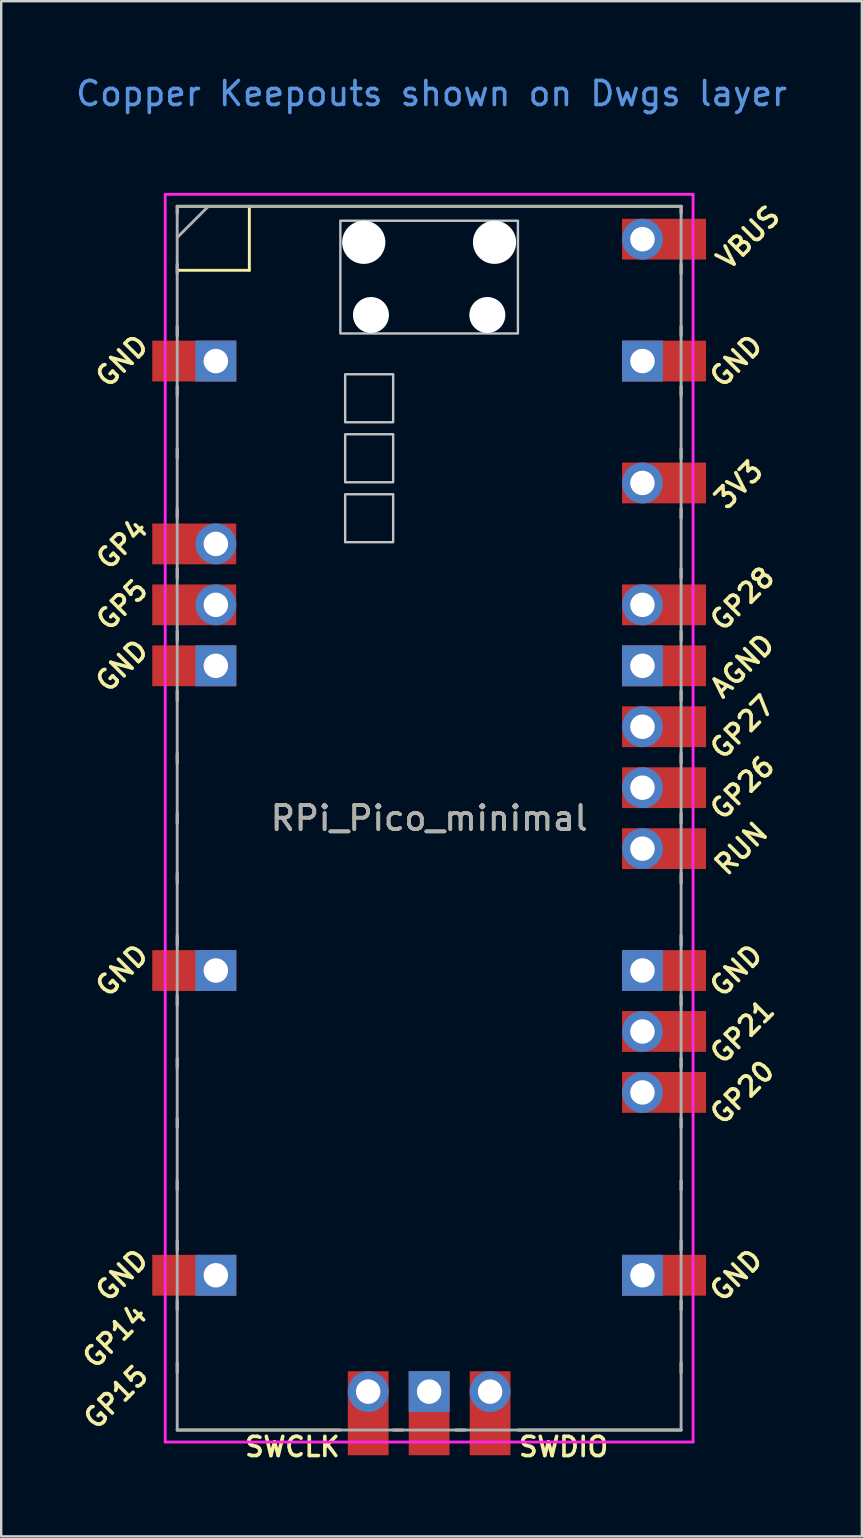
<source format=kicad_pcb>
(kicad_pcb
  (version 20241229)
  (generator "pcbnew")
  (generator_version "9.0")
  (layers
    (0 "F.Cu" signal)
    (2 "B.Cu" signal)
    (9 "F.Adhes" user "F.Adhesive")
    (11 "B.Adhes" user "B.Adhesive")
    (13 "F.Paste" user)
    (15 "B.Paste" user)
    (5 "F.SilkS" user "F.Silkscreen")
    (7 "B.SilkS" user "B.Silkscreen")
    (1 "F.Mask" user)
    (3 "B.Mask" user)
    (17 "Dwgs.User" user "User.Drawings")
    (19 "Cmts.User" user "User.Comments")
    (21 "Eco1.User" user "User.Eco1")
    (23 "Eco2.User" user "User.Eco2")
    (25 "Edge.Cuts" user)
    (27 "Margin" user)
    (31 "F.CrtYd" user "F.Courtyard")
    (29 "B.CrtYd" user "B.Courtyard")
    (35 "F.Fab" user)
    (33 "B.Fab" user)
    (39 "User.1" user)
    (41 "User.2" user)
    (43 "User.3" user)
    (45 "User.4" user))
  (footprint "RPi_Pico_minimal"
    (layer "F.Cu")
    (at 14.835 31.048)
    (property "Reference" "RPi_Pico_minimal" (at 0 0 0) (layer "F.SilkS") (effects (font (size 1 1) (thickness 0.15))))
    (attr through_hole)
    (fp_line (start -10.5 -25.5) (end -10.5 -25.2) (stroke (width 0.12) (type solid)) (layer "F.SilkS"))
    (fp_line (start -10.5 -25.5) (end 10.5 -25.5) (stroke (width 0.12) (type solid)) (layer "F.SilkS"))
    (fp_line (start -10.5 -23.1) (end -10.5 -22.7) (stroke (width 0.12) (type solid)) (layer "F.SilkS"))
    (fp_line (start -10.5 -22.833) (end -7.493 -22.833) (stroke (width 0.12) (type solid)) (layer "F.SilkS"))
    (fp_line (start -10.5 -20.5) (end -10.5 -20.1) (stroke (width 0.12) (type solid)) (layer "F.SilkS"))
    (fp_line (start -10.5 -18) (end -10.5 -17.6) (stroke (width 0.12) (type solid)) (layer "F.SilkS"))
    (fp_line (start -10.5 -15.4) (end -10.5 -15) (stroke (width 0.12) (type solid)) (layer "F.SilkS"))
    (fp_line (start -10.5 -12.9) (end -10.5 -12.5) (stroke (width 0.12) (type solid)) (layer "F.SilkS"))
    (fp_line (start -10.5 -10.4) (end -10.5 -10) (stroke (width 0.12) (type solid)) (layer "F.SilkS"))
    (fp_line (start -10.5 -7.8) (end -10.5 -7.4) (stroke (width 0.12) (type solid)) (layer "F.SilkS"))
    (fp_line (start -10.5 -5.3) (end -10.5 -4.9) (stroke (width 0.12) (type solid)) (layer "F.SilkS"))
    (fp_line (start -10.5 -2.7) (end -10.5 -2.3) (stroke (width 0.12) (type solid)) (layer "F.SilkS"))
    (fp_line (start -10.5 -0.2) (end -10.5 0.2) (stroke (width 0.12) (type solid)) (layer "F.SilkS"))
    (fp_line (start -10.5 2.3) (end -10.5 2.7) (stroke (width 0.12) (type solid)) (layer "F.SilkS"))
    (fp_line (start -10.5 4.9) (end -10.5 5.3) (stroke (width 0.12) (type solid)) (layer "F.SilkS"))
    (fp_line (start -10.5 7.4) (end -10.5 7.8) (stroke (width 0.12) (type solid)) (layer "F.SilkS"))
    (fp_line (start -10.5 10) (end -10.5 10.4) (stroke (width 0.12) (type solid)) (layer "F.SilkS"))
    (fp_line (start -10.5 12.5) (end -10.5 12.9) (stroke (width 0.12) (type solid)) (layer "F.SilkS"))
    (fp_line (start -10.5 15.1) (end -10.5 15.5) (stroke (width 0.12) (type solid)) (layer "F.SilkS"))
    (fp_line (start -10.5 17.6) (end -10.5 18) (stroke (width 0.12) (type solid)) (layer "F.SilkS"))
    (fp_line (start -10.5 20.1) (end -10.5 20.5) (stroke (width 0.12) (type solid)) (layer "F.SilkS"))
    (fp_line (start -10.5 22.7) (end -10.5 23.1) (stroke (width 0.12) (type solid)) (layer "F.SilkS"))
    (fp_line (start -7.493 -22.833) (end -7.493 -25.5) (stroke (width 0.12) (type solid)) (layer "F.SilkS"))
    (fp_line (start -3.7 25.5) (end -10.5 25.5) (stroke (width 0.12) (type solid)) (layer "F.SilkS"))
    (fp_line (start -1.5 25.5) (end -1.1 25.5) (stroke (width 0.12) (type solid)) (layer "F.SilkS"))
    (fp_line (start 1.1 25.5) (end 1.5 25.5) (stroke (width 0.12) (type solid)) (layer "F.SilkS"))
    (fp_line (start 10.5 -25.5) (end 10.5 -25.2) (stroke (width 0.12) (type solid)) (layer "F.SilkS"))
    (fp_line (start 10.5 -23.1) (end 10.5 -22.7) (stroke (width 0.12) (type solid)) (layer "F.SilkS"))
    (fp_line (start 10.5 -20.5) (end 10.5 -20.1) (stroke (width 0.12) (type solid)) (layer "F.SilkS"))
    (fp_line (start 10.5 -18) (end 10.5 -17.6) (stroke (width 0.12) (type solid)) (layer "F.SilkS"))
    (fp_line (start 10.5 -15.4) (end 10.5 -15) (stroke (width 0.12) (type solid)) (layer "F.SilkS"))
    (fp_line (start 10.5 -12.9) (end 10.5 -12.5) (stroke (width 0.12) (type solid)) (layer "F.SilkS"))
    (fp_line (start 10.5 -10.4) (end 10.5 -10) (stroke (width 0.12) (type solid)) (layer "F.SilkS"))
    (fp_line (start 10.5 -7.8) (end 10.5 -7.4) (stroke (width 0.12) (type solid)) (layer "F.SilkS"))
    (fp_line (start 10.5 -5.3) (end 10.5 -4.9) (stroke (width 0.12) (type solid)) (layer "F.SilkS"))
    (fp_line (start 10.5 -2.7) (end 10.5 -2.3) (stroke (width 0.12) (type solid)) (layer "F.SilkS"))
    (fp_line (start 10.5 -0.2) (end 10.5 0.2) (stroke (width 0.12) (type solid)) (layer "F.SilkS"))
    (fp_line (start 10.5 2.3) (end 10.5 2.7) (stroke (width 0.12) (type solid)) (layer "F.SilkS"))
    (fp_line (start 10.5 4.9) (end 10.5 5.3) (stroke (width 0.12) (type solid)) (layer "F.SilkS"))
    (fp_line (start 10.5 7.4) (end 10.5 7.8) (stroke (width 0.12) (type solid)) (layer "F.SilkS"))
    (fp_line (start 10.5 10) (end 10.5 10.4) (stroke (width 0.12) (type solid)) (layer "F.SilkS"))
    (fp_line (start 10.5 12.5) (end 10.5 12.9) (stroke (width 0.12) (type solid)) (layer "F.SilkS"))
    (fp_line (start 10.5 15.1) (end 10.5 15.5) (stroke (width 0.12) (type solid)) (layer "F.SilkS"))
    (fp_line (start 10.5 17.6) (end 10.5 18) (stroke (width 0.12) (type solid)) (layer "F.SilkS"))
    (fp_line (start 10.5 20.1) (end 10.5 20.5) (stroke (width 0.12) (type solid)) (layer "F.SilkS"))
    (fp_line (start 10.5 22.7) (end 10.5 23.1) (stroke (width 0.12) (type solid)) (layer "F.SilkS"))
    (fp_line (start 10.5 25.5) (end 3.7 25.5) (stroke (width 0.12) (type solid)) (layer "F.SilkS"))
    (fp_poly (pts (xy -1.5 -16.5) (xy -3.5 -16.5) (xy -3.5 -18.5) (xy -1.5 -18.5)) (stroke (width 0.1) (type solid)) (fill no) (layer "Dwgs.User"))
    (fp_poly (pts (xy -1.5 -14) (xy -3.5 -14) (xy -3.5 -16) (xy -1.5 -16)) (stroke (width 0.1) (type solid)) (fill no) (layer "Dwgs.User"))
    (fp_poly (pts (xy -1.5 -11.5) (xy -3.5 -11.5) (xy -3.5 -13.5) (xy -1.5 -13.5)) (stroke (width 0.1) (type solid)) (fill no) (layer "Dwgs.User"))
    (fp_poly (pts (xy 3.7 -20.2) (xy -3.7 -20.2) (xy -3.7 -24.9) (xy 3.7 -24.9)) (stroke (width 0.1) (type solid)) (fill no) (layer "Dwgs.User"))
    (fp_line (start -11 -26) (end 11 -26) (stroke (width 0.12) (type solid)) (layer "F.CrtYd"))
    (fp_line (start -11 26) (end -11 -26) (stroke (width 0.12) (type solid)) (layer "F.CrtYd"))
    (fp_line (start 11 -26) (end 11 26) (stroke (width 0.12) (type solid)) (layer "F.CrtYd"))
    (fp_line (start 11 26) (end -11 26) (stroke (width 0.12) (type solid)) (layer "F.CrtYd"))
    (fp_line (start -10.5 -25.5) (end 10.5 -25.5) (stroke (width 0.12) (type solid)) (layer "F.Fab"))
    (fp_line (start -10.5 -24.2) (end -9.2 -25.5) (stroke (width 0.12) (type solid)) (layer "F.Fab"))
    (fp_line (start -10.5 25.5) (end -10.5 -25.5) (stroke (width 0.12) (type solid)) (layer "F.Fab"))
    (fp_line (start 10.5 -25.5) (end 10.5 25.5) (stroke (width 0.12) (type solid)) (layer "F.Fab"))
    (fp_line (start 10.5 25.5) (end -10.5 25.5) (stroke (width 0.12) (type solid)) (layer "F.Fab"))
    (fp_text user "GP4" (at -12.8 -11.43 45) (layer "F.SilkS") (effects (font (size 0.8 0.8) (thickness 0.15))))
    (fp_text user "GND" (at 12.8 -19.05 45) (layer "F.SilkS") (effects (font (size 0.8 0.8) (thickness 0.15))))
    (fp_text user "RUN" (at 13 1.27 45) (layer "F.SilkS") (effects (font (size 0.8 0.8) (thickness 0.15))))
    (fp_text user "GP26" (at 13.054 -1.27 45) (layer "F.SilkS") (effects (font (size 0.8 0.8) (thickness 0.15))))
    (fp_text user "SWCLK" (at -5.7 26.2 0) (layer "F.SilkS") (effects (font (size 0.8 0.8) (thickness 0.15))))
    (fp_text user "GP20" (at 13.054 11.43 45) (layer "F.SilkS") (effects (font (size 0.8 0.8) (thickness 0.15))))
    (fp_text user "SWDIO" (at 5.6 26.2 0) (layer "F.SilkS") (effects (font (size 0.8 0.8) (thickness 0.15))))
    (fp_text user "GND" (at -12.8 19.05 45) (layer "F.SilkS") (effects (font (size 0.8 0.8) (thickness 0.15))))
    (fp_text user "GP14" (at -13.1 21.59 45) (layer "F.SilkS") (effects (font (size 0.8 0.8) (thickness 0.15))))
    (fp_text user "3V3" (at 12.9 -13.9 45) (layer "F.SilkS") (effects (font (size 0.8 0.8) (thickness 0.15))))
    (fp_text user "GND" (at -12.8 -6.35 45) (layer "F.SilkS") (effects (font (size 0.8 0.8) (thickness 0.15))))
    (fp_text user "GND" (at -12.8 6.35 45) (layer "F.SilkS") (effects (font (size 0.8 0.8) (thickness 0.15))))
    (fp_text user "GP27" (at 13.054 -3.8 45) (layer "F.SilkS") (effects (font (size 0.8 0.8) (thickness 0.15))))
    (fp_text user "VBUS" (at 13.3 -24.2 45) (layer "F.SilkS") (effects (font (size 0.8 0.8) (thickness 0.15))))
    (fp_text user "GP5" (at -12.8 -8.89 45) (layer "F.SilkS") (effects (font (size 0.8 0.8) (thickness 0.15))))
    (fp_text user "GP28" (at 13.054 -9.144 45) (layer "F.SilkS") (effects (font (size 0.8 0.8) (thickness 0.15))))
    (fp_text user "GND" (at 12.8 6.35 45) (layer "F.SilkS") (effects (font (size 0.8 0.8) (thickness 0.15))))
    (fp_text user "GP15" (at -13.054 24.13 45) (layer "F.SilkS") (effects (font (size 0.8 0.8) (thickness 0.15))))
    (fp_text user "GND" (at -12.8 -19.05 45) (layer "F.SilkS") (effects (font (size 0.8 0.8) (thickness 0.15))))
    (fp_text user "AGND" (at 13.054 -6.35 45) (layer "F.SilkS") (effects (font (size 0.8 0.8) (thickness 0.15))))
    (fp_text user "GND" (at 12.8 19.05 45) (layer "F.SilkS") (effects (font (size 0.8 0.8) (thickness 0.15))))
    (fp_text user "GP21" (at 13.054 8.9 45) (layer "F.SilkS") (effects (font (size 0.8 0.8) (thickness 0.15))))
    (fp_text user "Copper Keepouts shown on Dwgs layer" (at 0.1 -30.2 0) (layer "Cmts.User") (effects (font (size 1 1) (thickness 0.15))))
    (fp_text user "${REFERENCE}" (at 0 0 180) (layer "F.Fab") (effects (font (size 1 1) (thickness 0.15))))
    (pad "" np_thru_hole oval (at -2.725 -24) (size 1.8 1.8) (drill 1.8) (layers "*.Cu" "*.Mask"))
    (pad "" np_thru_hole oval (at -2.425 -20.97) (size 1.5 1.5) (drill 1.5) (layers "*.Cu" "*.Mask"))
    (pad "" np_thru_hole oval (at 2.425 -20.97) (size 1.5 1.5) (drill 1.5) (layers "*.Cu" "*.Mask"))
    (pad "" np_thru_hole oval (at 2.725 -24) (size 1.8 1.8) (drill 1.8) (layers "*.Cu" "*.Mask"))
    (pad "3" thru_hole rect (at -8.89 -19.05) (size 1.7 1.7) (drill 1.02) (layers "*.Cu" "*.Mask"))
    (pad "3" smd rect (at -8.89 -19.05) (size 3.5 1.7) (drill (offset -0.9 0)) (layers "F.Cu" "F.Mask"))
    (pad "6" thru_hole oval (at -8.89 -11.43) (size 1.7 1.7) (drill 1.02) (layers "*.Cu" "*.Mask"))
    (pad "6" smd rect (at -8.89 -11.43) (size 3.5 1.7) (drill (offset -0.9 0)) (layers "F.Cu" "F.Mask"))
    (pad "7" thru_hole oval (at -8.89 -8.89) (size 1.7 1.7) (drill 1.02) (layers "*.Cu" "*.Mask"))
    (pad "7" smd rect (at -8.89 -8.89) (size 3.5 1.7) (drill (offset -0.9 0)) (layers "F.Cu" "F.Mask"))
    (pad "8" thru_hole rect (at -8.89 -6.35) (size 1.7 1.7) (drill 1.02) (layers "*.Cu" "*.Mask"))
    (pad "8" smd rect (at -8.89 -6.35) (size 3.5 1.7) (drill (offset -0.9 0)) (layers "F.Cu" "F.Mask"))
    (pad "13" thru_hole rect (at -8.89 6.35) (size 1.7 1.7) (drill 1.02) (layers "*.Cu" "*.Mask"))
    (pad "13" smd rect (at -8.89 6.35) (size 3.5 1.7) (drill (offset -0.9 0)) (layers "F.Cu" "F.Mask"))
    (pad "18" thru_hole rect (at -8.89 19.05) (size 1.7 1.7) (drill 1.02) (layers "*.Cu" "*.Mask"))
    (pad "18" smd rect (at -8.89 19.05) (size 3.5 1.7) (drill (offset -0.9 0)) (layers "F.Cu" "F.Mask"))
    (pad "23" thru_hole rect (at 8.89 19.05) (size 1.7 1.7) (drill 1.02) (layers "*.Cu" "*.Mask"))
    (pad "23" smd rect (at 8.89 19.05) (size 3.5 1.7) (drill (offset 0.9 0)) (layers "F.Cu" "F.Mask"))
    (pad "26" thru_hole oval (at 8.89 11.43) (size 1.7 1.7) (drill 1.02) (layers "*.Cu" "*.Mask"))
    (pad "26" smd rect (at 8.89 11.43) (size 3.5 1.7) (drill (offset 0.9 0)) (layers "F.Cu" "F.Mask"))
    (pad "27" thru_hole oval (at 8.89 8.89) (size 1.7 1.7) (drill 1.02) (layers "*.Cu" "*.Mask"))
    (pad "27" smd rect (at 8.89 8.89) (size 3.5 1.7) (drill (offset 0.9 0)) (layers "F.Cu" "F.Mask"))
    (pad "28" thru_hole rect (at 8.89 6.35) (size 1.7 1.7) (drill 1.02) (layers "*.Cu" "*.Mask"))
    (pad "28" smd rect (at 8.89 6.35) (size 3.5 1.7) (drill (offset 0.9 0)) (layers "F.Cu" "F.Mask"))
    (pad "30" thru_hole oval (at 8.89 1.27) (size 1.7 1.7) (drill 1.02) (layers "*.Cu" "*.Mask"))
    (pad "30" smd rect (at 8.89 1.27) (size 3.5 1.7) (drill (offset 0.9 0)) (layers "F.Cu" "F.Mask"))
    (pad "31" thru_hole oval (at 8.89 -1.27) (size 1.7 1.7) (drill 1.02) (layers "*.Cu" "*.Mask"))
    (pad "31" smd rect (at 8.89 -1.27) (size 3.5 1.7) (drill (offset 0.9 0)) (layers "F.Cu" "F.Mask"))
    (pad "32" thru_hole oval (at 8.89 -3.81) (size 1.7 1.7) (drill 1.02) (layers "*.Cu" "*.Mask"))
    (pad "32" smd rect (at 8.89 -3.81) (size 3.5 1.7) (drill (offset 0.9 0)) (layers "F.Cu" "F.Mask"))
    (pad "33" thru_hole rect (at 8.89 -6.35) (size 1.7 1.7) (drill 1.02) (layers "*.Cu" "*.Mask"))
    (pad "33" smd rect (at 8.89 -6.35) (size 3.5 1.7) (drill (offset 0.9 0)) (layers "F.Cu" "F.Mask"))
    (pad "34" thru_hole oval (at 8.89 -8.89) (size 1.7 1.7) (drill 1.02) (layers "*.Cu" "*.Mask"))
    (pad "34" smd rect (at 8.89 -8.89) (size 3.5 1.7) (drill (offset 0.9 0)) (layers "F.Cu" "F.Mask"))
    (pad "36" thru_hole oval (at 8.89 -13.97) (size 1.7 1.7) (drill 1.02) (layers "*.Cu" "*.Mask"))
    (pad "36" smd rect (at 8.89 -13.97) (size 3.5 1.7) (drill (offset 0.9 0)) (layers "F.Cu" "F.Mask"))
    (pad "38" thru_hole rect (at 8.89 -19.05) (size 1.7 1.7) (drill 1.02) (layers "*.Cu" "*.Mask"))
    (pad "38" smd rect (at 8.89 -19.05) (size 3.5 1.7) (drill (offset 0.9 0)) (layers "F.Cu" "F.Mask"))
    (pad "40" thru_hole oval (at 8.89 -24.13) (size 1.7 1.7) (drill 1.02) (layers "*.Cu" "*.Mask"))
    (pad "40" smd rect (at 8.89 -24.13) (size 3.5 1.7) (drill (offset 0.9 0)) (layers "F.Cu" "F.Mask"))
    (pad "41" thru_hole oval (at -2.54 23.9) (size 1.7 1.7) (drill 1.02) (layers "*.Cu" "*.Mask"))
    (pad "41" smd rect (at -2.54 23.9 90) (size 3.5 1.7) (drill (offset -0.9 0)) (layers "F.Cu" "F.Mask"))
    (pad "42" thru_hole rect (at 0 23.9) (size 1.7 1.7) (drill 1.02) (layers "*.Cu" "*.Mask"))
    (pad "42" smd rect (at 0 23.9 90) (size 3.5 1.7) (drill (offset -0.9 0)) (layers "F.Cu" "F.Mask"))
    (pad "43" thru_hole oval (at 2.54 23.9) (size 1.7 1.7) (drill 1.02) (layers "*.Cu" "*.Mask"))
    (pad "43" smd rect (at 2.54 23.9 90) (size 3.5 1.7) (drill (offset -0.9 0)) (layers "F.Cu" "F.Mask")))
  (gr_rect
    (start -3 -3)
    (end 32.869 60.98)
    (stroke (width 0.1) (type default))
    (fill no)
    (layer "Edge.Cuts")))
</source>
